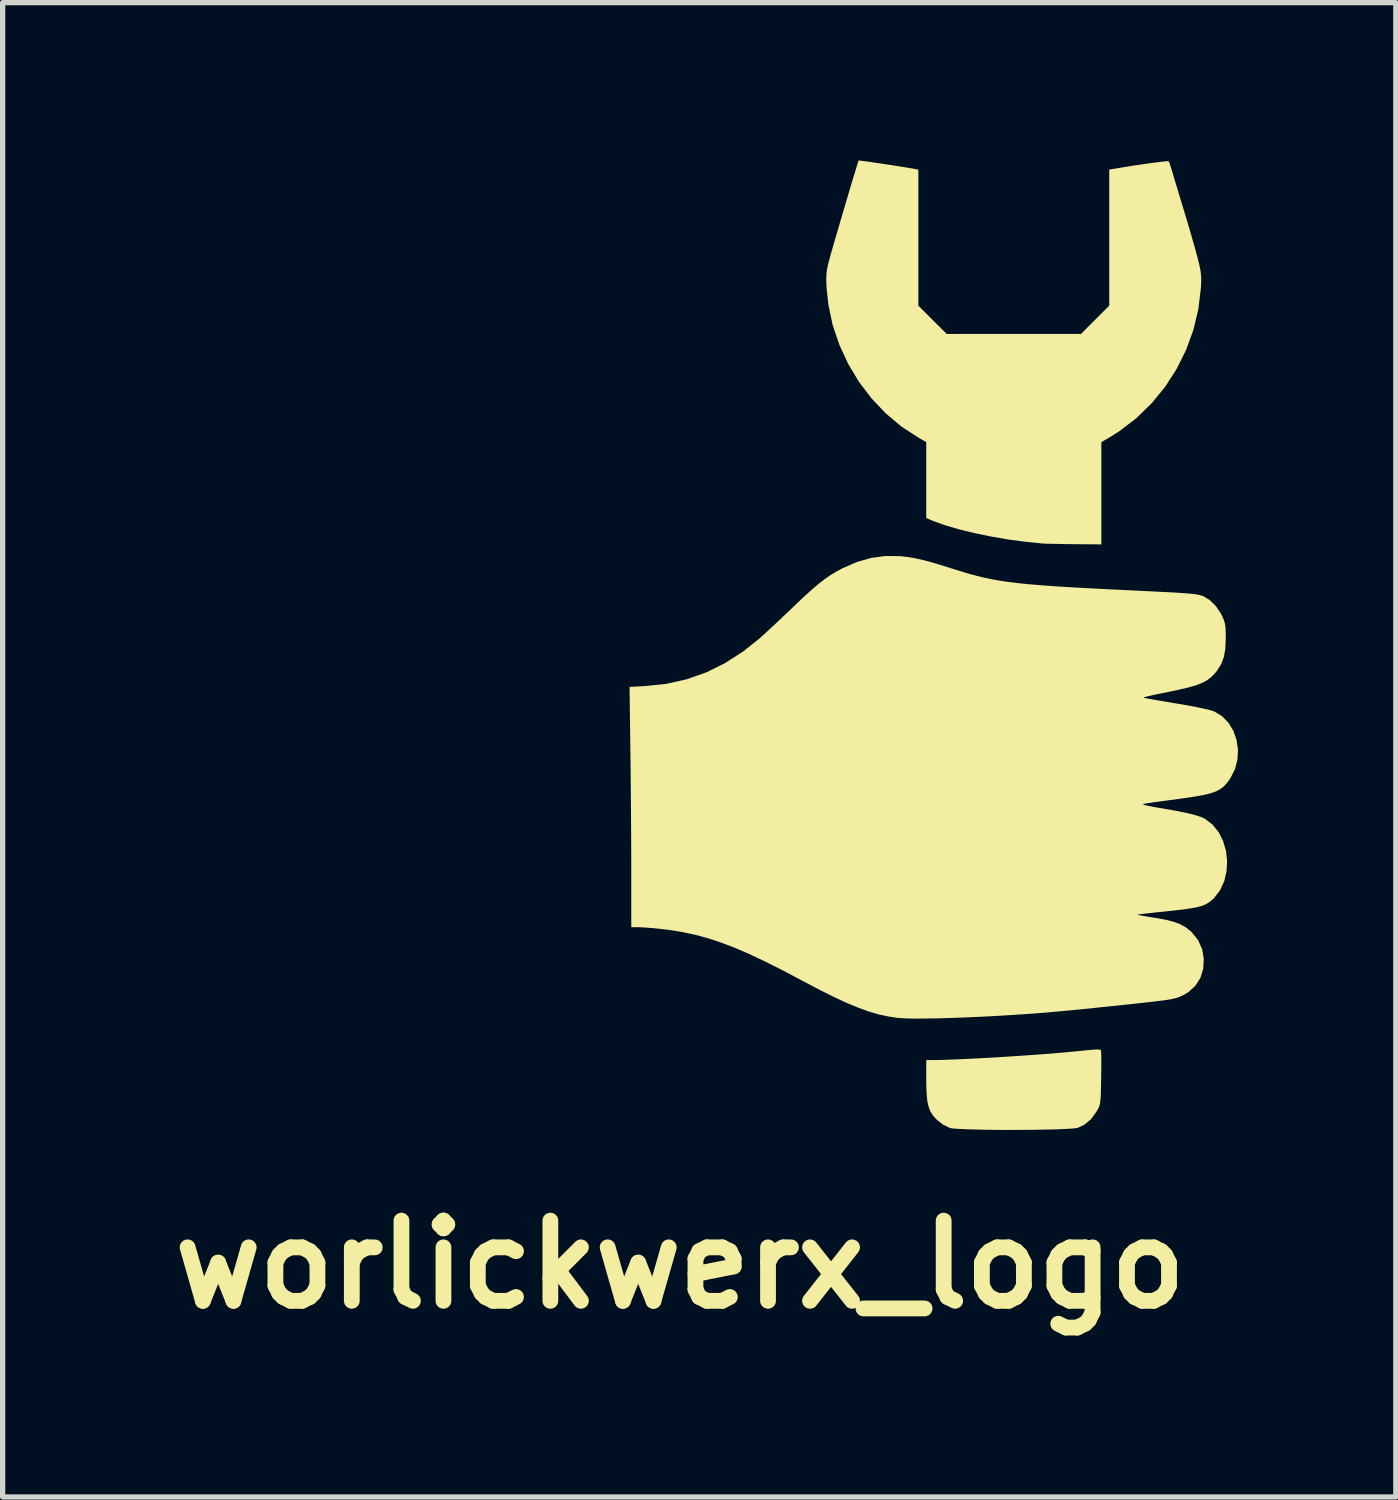
<source format=kicad_pcb>
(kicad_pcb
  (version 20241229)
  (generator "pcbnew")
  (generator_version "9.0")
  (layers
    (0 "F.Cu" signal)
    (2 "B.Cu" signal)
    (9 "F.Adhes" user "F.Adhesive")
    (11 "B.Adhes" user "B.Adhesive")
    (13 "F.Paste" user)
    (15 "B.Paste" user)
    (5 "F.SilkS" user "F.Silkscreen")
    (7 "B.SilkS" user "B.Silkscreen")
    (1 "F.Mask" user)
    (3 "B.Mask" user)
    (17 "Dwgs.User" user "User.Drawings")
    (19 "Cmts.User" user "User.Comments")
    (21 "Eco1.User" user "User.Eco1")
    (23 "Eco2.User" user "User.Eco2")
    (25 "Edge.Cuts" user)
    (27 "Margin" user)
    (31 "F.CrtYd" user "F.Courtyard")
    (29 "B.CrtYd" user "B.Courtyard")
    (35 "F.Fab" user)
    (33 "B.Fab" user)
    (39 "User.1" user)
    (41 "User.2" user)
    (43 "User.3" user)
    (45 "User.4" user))
  (footprint "worlickwerx_logo"
    (layer "F.Cu")
    (at 14.703 9.196)
    (property "Reference" "worlickwerx_logo" (at -4.826 11.786 0) (layer "F.SilkS") (effects (font (size 1.524 1.524) (thickness 0.3))))
    (attr board_only exclude_from_pos_files exclude_from_bom)
    (fp_poly (pts (xy 3.148 7.703) (xy 3.168 7.712) (xy 3.171 7.716) (xy 3.174 7.75) (xy 3.176 7.826) (xy 3.177 7.935) (xy 3.176 8.07) (xy 3.175 8.222) (xy 3.174 8.243) (xy 3.171 8.412) (xy 3.168 8.539) (xy 3.163 8.633) (xy 3.156 8.701) (xy 3.146 8.753) (xy 3.131 8.795) (xy 3.11 8.838) (xy 3.091 8.871) (xy 2.983 9.023) (xy 2.849 9.132) (xy 2.731 9.187) (xy 2.677 9.196) (xy 2.58 9.205) (xy 2.445 9.212) (xy 2.281 9.218) (xy 2.092 9.222) (xy 1.886 9.225) (xy 1.669 9.227) (xy 1.447 9.228) (xy 1.227 9.227) (xy 1.016 9.225) (xy 0.819 9.221) (xy 0.644 9.216) (xy 0.497 9.21) (xy 0.384 9.203) (xy 0.311 9.194) (xy 0.294 9.189) (xy 0.161 9.122) (xy 0.038 9.023) (xy -0.026 8.948) (xy -0.073 8.872) (xy -0.106 8.784) (xy -0.13 8.678) (xy -0.143 8.544) (xy -0.149 8.374) (xy -0.15 8.271) (xy -0.15 7.9) (xy -0.044 7.9) (xy 0.115 7.898) (xy 0.317 7.891) (xy 0.551 7.882) (xy 0.812 7.869) (xy 1.09 7.854) (xy 1.377 7.836) (xy 1.667 7.817) (xy 1.949 7.797) (xy 2.217 7.777) (xy 2.462 7.756) (xy 2.677 7.736) (xy 2.762 7.728) (xy 2.917 7.712) (xy 3.028 7.702) (xy 3.103 7.699)) (stroke (width 0) (type solid)) (fill yes) (layer "F.SilkS"))
    (fp_poly (pts (xy -1.411 -9.194) (xy -1.346 -9.186) (xy -1.248 -9.173) (xy -1.127 -9.155) (xy -0.992 -9.135) (xy -0.85 -9.114) (xy -0.71 -9.092) (xy -0.582 -9.072) (xy -0.474 -9.054) (xy -0.394 -9.04) (xy -0.369 -9.035) (xy -0.3 -9.021) (xy -0.3 -6.437) (xy -0.031 -6.168) (xy 0.239 -5.9) (xy 1.515 -5.9) (xy 2.791 -5.9) (xy 3.06 -6.169) (xy 3.328 -6.438) (xy 3.328 -9.023) (xy 3.41 -9.037) (xy 3.587 -9.066) (xy 3.764 -9.095) (xy 3.936 -9.12) (xy 4.094 -9.143) (xy 4.233 -9.161) (xy 4.344 -9.175) (xy 4.42 -9.182) (xy 4.456 -9.181) (xy 4.457 -9.181) (xy 4.472 -9.149) (xy 4.495 -9.083) (xy 4.516 -9.012) (xy 4.536 -8.947) (xy 4.567 -8.841) (xy 4.608 -8.706) (xy 4.655 -8.548) (xy 4.707 -8.377) (xy 4.744 -8.255) (xy 4.801 -8.068) (xy 4.857 -7.877) (xy 4.91 -7.694) (xy 4.957 -7.53) (xy 4.993 -7.397) (xy 5.008 -7.343) (xy 5.041 -7.208) (xy 5.062 -7.104) (xy 5.073 -7.016) (xy 5.076 -6.927) (xy 5.073 -6.821) (xy 5.07 -6.78) (xy 5.022 -6.373) (xy 4.927 -5.976) (xy 4.788 -5.595) (xy 4.607 -5.232) (xy 4.388 -4.892) (xy 4.131 -4.579) (xy 3.841 -4.297) (xy 3.518 -4.05) (xy 3.335 -3.935) (xy 3.178 -3.843) (xy 3.178 -1.9) (xy 2.671 -1.904) (xy 2.509 -1.906) (xy 2.356 -1.909) (xy 2.224 -1.911) (xy 2.12 -1.914) (xy 2.056 -1.917) (xy 2.052 -1.918) (xy 1.731 -1.95) (xy 1.403 -1.994) (xy 1.078 -2.05) (xy 0.764 -2.115) (xy 0.472 -2.186) (xy 0.21 -2.263) (xy -0.014 -2.343) (xy -0.056 -2.361) (xy -0.15 -2.401) (xy -0.15 -3.845) (xy -0.294 -3.926) (xy -0.62 -4.138) (xy -0.92 -4.39) (xy -1.191 -4.676) (xy -1.431 -4.992) (xy -1.635 -5.333) (xy -1.802 -5.694) (xy -1.929 -6.071) (xy -2.011 -6.458) (xy -2.045 -6.787) (xy -2.05 -6.921) (xy -2.048 -7.025) (xy -2.037 -7.118) (xy -2.016 -7.221) (xy -1.993 -7.312) (xy -1.974 -7.38) (xy -1.945 -7.482) (xy -1.907 -7.615) (xy -1.862 -7.77) (xy -1.812 -7.941) (xy -1.758 -8.124) (xy -1.703 -8.31) (xy -1.649 -8.494) (xy -1.597 -8.669) (xy -1.549 -8.829) (xy -1.507 -8.968) (xy -1.473 -9.079) (xy -1.449 -9.157) (xy -1.437 -9.194) (xy -1.436 -9.196)) (stroke (width 0) (type solid)) (fill yes) (layer "F.SilkS"))
    (fp_poly (pts (xy -0.657 -1.677) (xy -0.61 -1.673) (xy -0.491 -1.659) (xy -0.369 -1.638) (xy -0.237 -1.609) (xy -0.085 -1.57) (xy 0.094 -1.517) (xy 0.31 -1.45) (xy 0.36 -1.434) (xy 0.515 -1.386) (xy 0.661 -1.342) (xy 0.803 -1.304) (xy 0.944 -1.269) (xy 1.089 -1.239) (xy 1.242 -1.211) (xy 1.407 -1.187) (xy 1.588 -1.164) (xy 1.789 -1.144) (xy 2.014 -1.125) (xy 2.267 -1.106) (xy 2.554 -1.088) (xy 2.876 -1.07) (xy 3.24 -1.051) (xy 3.648 -1.031) (xy 3.754 -1.026) (xy 4.037 -1.012) (xy 4.274 -1) (xy 4.471 -0.99) (xy 4.631 -0.981) (xy 4.759 -0.972) (xy 4.86 -0.964) (xy 4.938 -0.956) (xy 4.998 -0.948) (xy 5.044 -0.938) (xy 5.081 -0.928) (xy 5.113 -0.916) (xy 5.119 -0.914) (xy 5.241 -0.839) (xy 5.354 -0.727) (xy 5.448 -0.589) (xy 5.471 -0.544) (xy 5.503 -0.469) (xy 5.524 -0.405) (xy 5.536 -0.335) (xy 5.541 -0.246) (xy 5.542 -0.123) (xy 5.542 -0.113) (xy 5.534 0.082) (xy 5.506 0.24) (xy 5.456 0.374) (xy 5.379 0.497) (xy 5.329 0.559) (xy 5.259 0.628) (xy 5.181 0.686) (xy 5.086 0.736) (xy 4.967 0.781) (xy 4.816 0.823) (xy 4.626 0.867) (xy 4.533 0.887) (xy 4.352 0.924) (xy 4.214 0.952) (xy 4.115 0.974) (xy 4.048 0.989) (xy 4.007 1) (xy 3.988 1.007) (xy 3.984 1.013) (xy 3.985 1.014) (xy 4.011 1.021) (xy 4.08 1.034) (xy 4.184 1.052) (xy 4.317 1.075) (xy 4.473 1.102) (xy 4.599 1.123) (xy 4.802 1.157) (xy 4.982 1.191) (xy 5.132 1.223) (xy 5.246 1.25) (xy 5.318 1.272) (xy 5.323 1.275) (xy 5.475 1.367) (xy 5.597 1.494) (xy 5.689 1.648) (xy 5.748 1.82) (xy 5.774 2.004) (xy 5.764 2.192) (xy 5.716 2.375) (xy 5.628 2.547) (xy 5.618 2.562) (xy 5.56 2.64) (xy 5.501 2.703) (xy 5.432 2.755) (xy 5.349 2.797) (xy 5.245 2.833) (xy 5.112 2.864) (xy 4.945 2.894) (xy 4.737 2.925) (xy 4.655 2.936) (xy 4.448 2.964) (xy 4.286 2.986) (xy 4.163 3.003) (xy 4.075 3.016) (xy 4.017 3.025) (xy 3.984 3.032) (xy 3.97 3.037) (xy 3.971 3.042) (xy 3.983 3.047) (xy 3.993 3.051) (xy 4.037 3.062) (xy 4.118 3.079) (xy 4.223 3.098) (xy 4.304 3.112) (xy 4.569 3.158) (xy 4.785 3.201) (xy 4.954 3.243) (xy 5.077 3.282) (xy 5.145 3.314) (xy 5.291 3.425) (xy 5.407 3.569) (xy 5.492 3.738) (xy 5.546 3.924) (xy 5.568 4.118) (xy 5.557 4.313) (xy 5.513 4.501) (xy 5.434 4.673) (xy 5.32 4.821) (xy 5.294 4.846) (xy 5.239 4.892) (xy 5.18 4.93) (xy 5.111 4.962) (xy 5.024 4.988) (xy 4.913 5.011) (xy 4.772 5.033) (xy 4.594 5.054) (xy 4.392 5.076) (xy 4.236 5.092) (xy 4.097 5.107) (xy 3.984 5.12) (xy 3.903 5.13) (xy 3.863 5.136) (xy 3.859 5.137) (xy 3.88 5.143) (xy 3.941 5.154) (xy 4.035 5.171) (xy 4.153 5.19) (xy 4.197 5.197) (xy 4.395 5.232) (xy 4.552 5.272) (xy 4.678 5.319) (xy 4.783 5.378) (xy 4.875 5.452) (xy 4.901 5.477) (xy 5.019 5.626) (xy 5.093 5.793) (xy 5.124 5.971) (xy 5.114 6.165) (xy 5.06 6.339) (xy 4.964 6.489) (xy 4.828 6.612) (xy 4.723 6.673) (xy 4.677 6.693) (xy 4.632 6.711) (xy 4.58 6.726) (xy 4.515 6.741) (xy 4.433 6.755) (xy 4.326 6.77) (xy 4.189 6.787) (xy 4.016 6.807) (xy 3.8 6.83) (xy 3.741 6.837) (xy 3.512 6.861) (xy 3.27 6.886) (xy 3.028 6.911) (xy 2.797 6.935) (xy 2.591 6.955) (xy 2.419 6.971) (xy 2.39 6.974) (xy 2.106 6.999) (xy 1.808 7.022) (xy 1.502 7.042) (xy 1.193 7.061) (xy 0.888 7.077) (xy 0.592 7.09) (xy 0.311 7.1) (xy 0.05 7.108) (xy -0.185 7.111) (xy -0.389 7.112) (xy -0.555 7.108) (xy -0.679 7.1) (xy -0.701 7.098) (xy -0.877 7.071) (xy -1.054 7.032) (xy -1.239 6.978) (xy -1.436 6.907) (xy -1.652 6.818) (xy -1.891 6.708) (xy -2.16 6.574) (xy -2.463 6.415) (xy -2.518 6.386) (xy -2.884 6.192) (xy -3.216 6.026) (xy -3.518 5.883) (xy -3.797 5.763) (xy -4.058 5.664) (xy -4.308 5.582) (xy -4.551 5.517) (xy -4.795 5.466) (xy -5.044 5.426) (xy -5.252 5.402) (xy -5.376 5.39) (xy -5.496 5.381) (xy -5.595 5.376) (xy -5.633 5.375) (xy -5.756 5.375) (xy -5.756 4.367) (xy -5.756 4.123) (xy -5.757 3.84) (xy -5.759 3.53) (xy -5.761 3.203) (xy -5.764 2.871) (xy -5.767 2.545) (xy -5.77 2.237) (xy -5.772 2.083) (xy -5.789 0.808) (xy -5.503 0.793) (xy -5.092 0.751) (xy -4.701 0.663) (xy -4.326 0.531) (xy -3.966 0.352) (xy -3.618 0.126) (xy -3.317 -0.115) (xy -3.236 -0.188) (xy -3.128 -0.287) (xy -3.002 -0.404) (xy -2.867 -0.532) (xy -2.732 -0.66) (xy -2.7 -0.691) (xy -2.511 -0.871) (xy -2.349 -1.019) (xy -2.208 -1.14) (xy -2.082 -1.239) (xy -1.963 -1.321) (xy -1.847 -1.391) (xy -1.741 -1.447) (xy -1.464 -1.567) (xy -1.198 -1.643) (xy -0.933 -1.679)) (stroke (width 0) (type solid)) (fill yes) (layer "F.SilkS")))
  (gr_rect
    (start -3 -3)
    (end 23.477 25.399)
    (stroke (width 0.1) (type default))
    (fill no)
    (layer "Edge.Cuts")))
</source>
